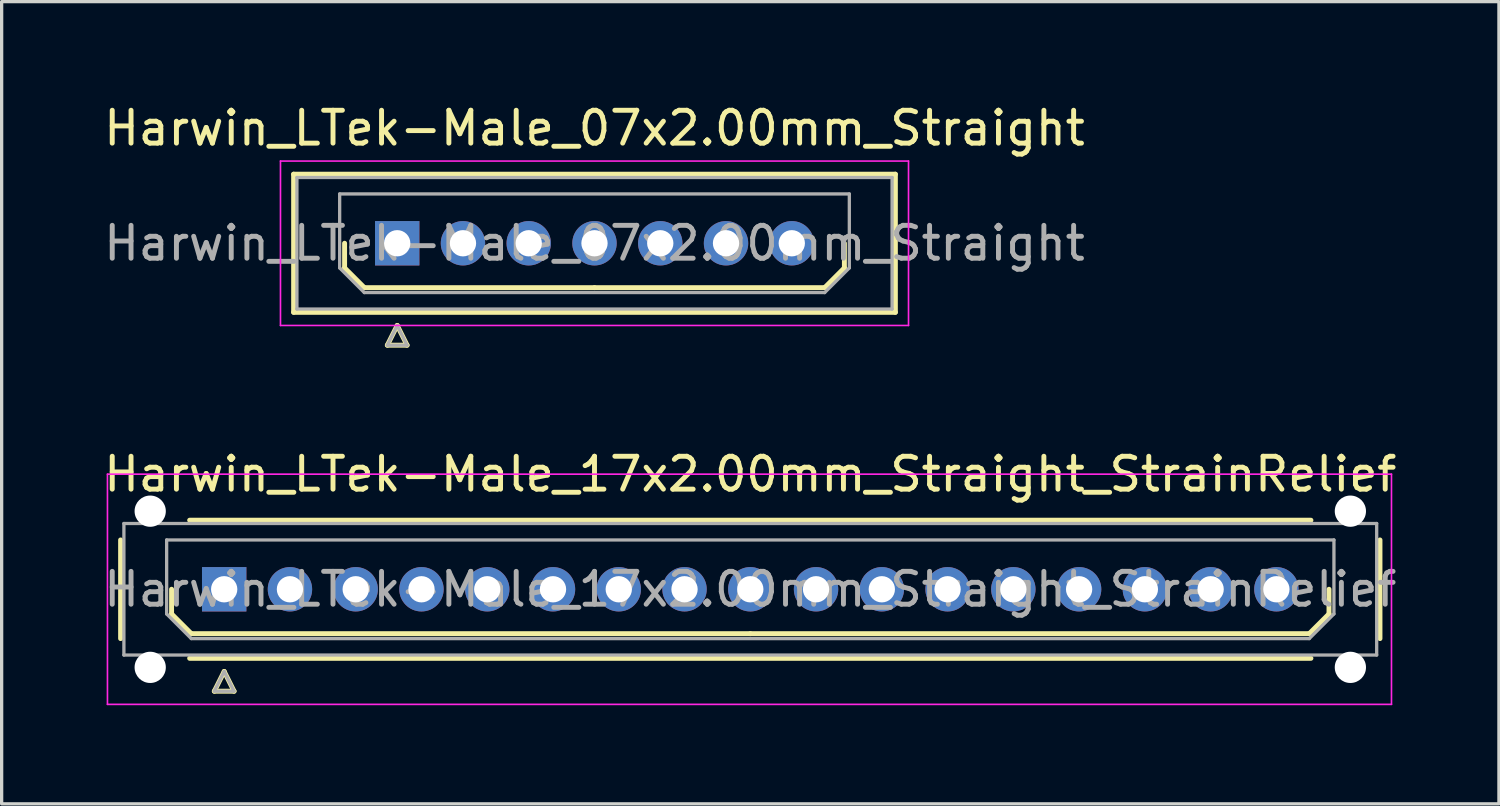
<source format=kicad_pcb>
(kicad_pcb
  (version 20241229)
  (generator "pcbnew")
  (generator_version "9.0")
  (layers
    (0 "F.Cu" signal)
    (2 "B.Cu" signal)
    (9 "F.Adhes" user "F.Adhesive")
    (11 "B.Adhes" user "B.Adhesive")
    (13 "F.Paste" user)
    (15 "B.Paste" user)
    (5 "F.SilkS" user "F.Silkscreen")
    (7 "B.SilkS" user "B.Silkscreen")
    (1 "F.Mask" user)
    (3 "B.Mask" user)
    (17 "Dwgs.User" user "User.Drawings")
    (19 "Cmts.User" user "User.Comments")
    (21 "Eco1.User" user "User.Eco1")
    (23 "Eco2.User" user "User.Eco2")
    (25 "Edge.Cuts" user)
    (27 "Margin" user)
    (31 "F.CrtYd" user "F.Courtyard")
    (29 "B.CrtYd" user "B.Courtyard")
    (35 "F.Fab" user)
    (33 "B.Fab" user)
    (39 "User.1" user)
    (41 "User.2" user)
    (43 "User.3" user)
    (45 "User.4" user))
  (footprint "Harwin_LTek-Male_17x2.00mm_Straight_StrainRelief"
    (layer "F.Cu")
    (at 3.768 14.871)
    (property "Reference" "Harwin_LTek-Male_17x2.00mm_Straight_StrainRelief" (at 16 -3.5 0) (layer "F.SilkS") (effects (font (size 1 1) (thickness 0.15))))
    (attr through_hole)
    (fp_line (start -3.15 -1.5) (end -3.15 1.5) (stroke (width 0.15) (type solid)) (layer "F.SilkS"))
    (fp_line (start -1.6 0) (end -1.6 0.75) (stroke (width 0.15) (type solid)) (layer "F.SilkS"))
    (fp_line (start -1.6 0.75) (end -1 1.35) (stroke (width 0.15) (type solid)) (layer "F.SilkS"))
    (fp_line (start -1.05 -2.1) (end 33.05 -2.1) (stroke (width 0.15) (type solid)) (layer "F.SilkS"))
    (fp_line (start -1.05 2.1) (end 33.05 2.1) (stroke (width 0.15) (type solid)) (layer "F.SilkS"))
    (fp_line (start -1 1.35) (end 16 1.35) (stroke (width 0.15) (type solid)) (layer "F.SilkS"))
    (fp_line (start -0.3 3.1) (end 0.3 3.1) (stroke (width 0.15) (type solid)) (layer "F.SilkS"))
    (fp_line (start 0 2.5) (end -0.3 3.1) (stroke (width 0.15) (type solid)) (layer "F.SilkS"))
    (fp_line (start 0.3 3.1) (end 0 2.5) (stroke (width 0.15) (type solid)) (layer "F.SilkS"))
    (fp_line (start 33 1.35) (end 16 1.35) (stroke (width 0.15) (type solid)) (layer "F.SilkS"))
    (fp_line (start 33.6 0) (end 33.6 0.75) (stroke (width 0.15) (type solid)) (layer "F.SilkS"))
    (fp_line (start 33.6 0.75) (end 33 1.35) (stroke (width 0.15) (type solid)) (layer "F.SilkS"))
    (fp_line (start 35.15 -1.5) (end 35.15 1.5) (stroke (width 0.15) (type solid)) (layer "F.SilkS"))
    (fp_line (start -3.55 -3.5) (end -3.55 3.5) (stroke (width 0.05) (type solid)) (layer "F.CrtYd"))
    (fp_line (start -3.55 3.5) (end 35.5 3.5) (stroke (width 0.05) (type solid)) (layer "F.CrtYd"))
    (fp_line (start 35.5 -3.5) (end -3.55 -3.5) (stroke (width 0.05) (type solid)) (layer "F.CrtYd"))
    (fp_line (start 35.5 3.5) (end 35.5 -3.5) (stroke (width 0.05) (type solid)) (layer "F.CrtYd"))
    (fp_line (start -3.05 -2) (end -3.05 2) (stroke (width 0.1) (type solid)) (layer "F.Fab"))
    (fp_line (start -3.05 2) (end 35.05 2) (stroke (width 0.1) (type solid)) (layer "F.Fab"))
    (fp_line (start -1.75 -1.5) (end 33.75 -1.5) (stroke (width 0.1) (type solid)) (layer "F.Fab"))
    (fp_line (start -1.75 0.75) (end -1.75 -1.5) (stroke (width 0.1) (type solid)) (layer "F.Fab"))
    (fp_line (start -1 1.5) (end -1.75 0.75) (stroke (width 0.1) (type solid)) (layer "F.Fab"))
    (fp_line (start -0.3 3.1) (end 0.3 3.1) (stroke (width 0.1) (type solid)) (layer "F.Fab"))
    (fp_line (start 0 2.5) (end -0.3 3.1) (stroke (width 0.1) (type solid)) (layer "F.Fab"))
    (fp_line (start 0.3 3.1) (end 0 2.5) (stroke (width 0.1) (type solid)) (layer "F.Fab"))
    (fp_line (start 33 1.5) (end -1 1.5) (stroke (width 0.1) (type solid)) (layer "F.Fab"))
    (fp_line (start 33.75 -1.5) (end 33.75 0.75) (stroke (width 0.1) (type solid)) (layer "F.Fab"))
    (fp_line (start 33.75 0.75) (end 33 1.5) (stroke (width 0.1) (type solid)) (layer "F.Fab"))
    (fp_line (start 35.05 -2) (end -3.05 -2) (stroke (width 0.1) (type solid)) (layer "F.Fab"))
    (fp_line (start 35.05 2) (end 35.05 -2) (stroke (width 0.1) (type solid)) (layer "F.Fab"))
    (fp_text user "${REFERENCE}" (at 16 0 0) (layer "F.Fab") (effects (font (size 1 1) (thickness 0.15))))
    (pad "" np_thru_hole circle (at -2.25 -2.375) (size 0.95 0.95) (drill 0.95) (layers "*.Cu" "*.Mask"))
    (pad "" np_thru_hole circle (at -2.25 2.375) (size 0.95 0.95) (drill 0.95) (layers "*.Cu" "*.Mask"))
    (pad "" np_thru_hole circle (at 34.25 -2.375) (size 0.95 0.95) (drill 0.95) (layers "*.Cu" "*.Mask"))
    (pad "" np_thru_hole circle (at 34.25 2.375) (size 0.95 0.95) (drill 0.95) (layers "*.Cu" "*.Mask"))
    (pad "1" thru_hole rect (at 0 0) (size 1.35 1.35) (drill 0.8) (layers "*.Cu" "*.Mask"))
    (pad "2" thru_hole circle (at 2 0) (size 1.35 1.35) (drill 0.8) (layers "*.Cu" "*.Mask"))
    (pad "3" thru_hole circle (at 4 0) (size 1.35 1.35) (drill 0.8) (layers "*.Cu" "*.Mask"))
    (pad "4" thru_hole circle (at 6 0) (size 1.35 1.35) (drill 0.8) (layers "*.Cu" "*.Mask"))
    (pad "5" thru_hole circle (at 8 0) (size 1.35 1.35) (drill 0.8) (layers "*.Cu" "*.Mask"))
    (pad "6" thru_hole circle (at 10 0) (size 1.35 1.35) (drill 0.8) (layers "*.Cu" "*.Mask"))
    (pad "7" thru_hole circle (at 12 0) (size 1.35 1.35) (drill 0.8) (layers "*.Cu" "*.Mask"))
    (pad "8" thru_hole circle (at 14 0) (size 1.35 1.35) (drill 0.8) (layers "*.Cu" "*.Mask"))
    (pad "9" thru_hole circle (at 16 0) (size 1.35 1.35) (drill 0.8) (layers "*.Cu" "*.Mask"))
    (pad "10" thru_hole circle (at 18 0) (size 1.35 1.35) (drill 0.8) (layers "*.Cu" "*.Mask"))
    (pad "11" thru_hole circle (at 20 0) (size 1.35 1.35) (drill 0.8) (layers "*.Cu" "*.Mask"))
    (pad "12" thru_hole circle (at 22 0) (size 1.35 1.35) (drill 0.8) (layers "*.Cu" "*.Mask"))
    (pad "13" thru_hole circle (at 24 0) (size 1.35 1.35) (drill 0.8) (layers "*.Cu" "*.Mask"))
    (pad "14" thru_hole circle (at 26 0) (size 1.35 1.35) (drill 0.8) (layers "*.Cu" "*.Mask"))
    (pad "15" thru_hole circle (at 28 0) (size 1.35 1.35) (drill 0.8) (layers "*.Cu" "*.Mask"))
    (pad "16" thru_hole circle (at 30 0) (size 1.35 1.35) (drill 0.8) (layers "*.Cu" "*.Mask"))
    (pad "17" thru_hole circle (at 32 0) (size 1.35 1.35) (drill 0.8) (layers "*.Cu" "*.Mask")))
  (footprint "Harwin_LTek-Male_07x2.00mm_Straight"
    (layer "F.Cu")
    (at 9.03 4.348)
    (property "Reference" "Harwin_LTek-Male_07x2.00mm_Straight" (at 6 -3.5 0) (layer "F.SilkS") (effects (font (size 1 1) (thickness 0.15))))
    (attr through_hole)
    (fp_line (start -3.15 -2.1) (end -3.15 2.1) (stroke (width 0.15) (type solid)) (layer "F.SilkS"))
    (fp_line (start -3.15 2.1) (end 15.15 2.1) (stroke (width 0.15) (type solid)) (layer "F.SilkS"))
    (fp_line (start -1.6 0) (end -1.6 0.75) (stroke (width 0.15) (type solid)) (layer "F.SilkS"))
    (fp_line (start -1.6 0.75) (end -1 1.35) (stroke (width 0.15) (type solid)) (layer "F.SilkS"))
    (fp_line (start -1 1.35) (end 6 1.35) (stroke (width 0.15) (type solid)) (layer "F.SilkS"))
    (fp_line (start -0.3 3.1) (end 0.3 3.1) (stroke (width 0.15) (type solid)) (layer "F.SilkS"))
    (fp_line (start 0 2.5) (end -0.3 3.1) (stroke (width 0.15) (type solid)) (layer "F.SilkS"))
    (fp_line (start 0.3 3.1) (end 0 2.5) (stroke (width 0.15) (type solid)) (layer "F.SilkS"))
    (fp_line (start 13 1.35) (end 6 1.35) (stroke (width 0.15) (type solid)) (layer "F.SilkS"))
    (fp_line (start 13.6 0) (end 13.6 0.75) (stroke (width 0.15) (type solid)) (layer "F.SilkS"))
    (fp_line (start 13.6 0.75) (end 13 1.35) (stroke (width 0.15) (type solid)) (layer "F.SilkS"))
    (fp_line (start 15.15 -2.1) (end -3.15 -2.1) (stroke (width 0.15) (type solid)) (layer "F.SilkS"))
    (fp_line (start 15.15 2.1) (end 15.15 -2.1) (stroke (width 0.15) (type solid)) (layer "F.SilkS"))
    (fp_line (start -3.55 -2.5) (end -3.55 2.5) (stroke (width 0.05) (type solid)) (layer "F.CrtYd"))
    (fp_line (start -3.55 2.5) (end 15.55 2.5) (stroke (width 0.05) (type solid)) (layer "F.CrtYd"))
    (fp_line (start 15.55 -2.5) (end -3.55 -2.5) (stroke (width 0.05) (type solid)) (layer "F.CrtYd"))
    (fp_line (start 15.55 2.5) (end 15.55 -2.5) (stroke (width 0.05) (type solid)) (layer "F.CrtYd"))
    (fp_line (start -3.05 -2) (end -3.05 2) (stroke (width 0.1) (type solid)) (layer "F.Fab"))
    (fp_line (start -3.05 2) (end 15.05 2) (stroke (width 0.1) (type solid)) (layer "F.Fab"))
    (fp_line (start -1.75 -1.5) (end 13.75 -1.5) (stroke (width 0.1) (type solid)) (layer "F.Fab"))
    (fp_line (start -1.75 0.75) (end -1.75 -1.5) (stroke (width 0.1) (type solid)) (layer "F.Fab"))
    (fp_line (start -1 1.5) (end -1.75 0.75) (stroke (width 0.1) (type solid)) (layer "F.Fab"))
    (fp_line (start -0.3 3.1) (end 0.3 3.1) (stroke (width 0.1) (type solid)) (layer "F.Fab"))
    (fp_line (start 0 2.5) (end -0.3 3.1) (stroke (width 0.1) (type solid)) (layer "F.Fab"))
    (fp_line (start 0.3 3.1) (end 0 2.5) (stroke (width 0.1) (type solid)) (layer "F.Fab"))
    (fp_line (start 13 1.5) (end -1 1.5) (stroke (width 0.1) (type solid)) (layer "F.Fab"))
    (fp_line (start 13.75 -1.5) (end 13.75 0.75) (stroke (width 0.1) (type solid)) (layer "F.Fab"))
    (fp_line (start 13.75 0.75) (end 13 1.5) (stroke (width 0.1) (type solid)) (layer "F.Fab"))
    (fp_line (start 15.05 -2) (end -3.05 -2) (stroke (width 0.1) (type solid)) (layer "F.Fab"))
    (fp_line (start 15.05 2) (end 15.05 -2) (stroke (width 0.1) (type solid)) (layer "F.Fab"))
    (fp_text user "${REFERENCE}" (at 6 0 0) (layer "F.Fab") (effects (font (size 1 1) (thickness 0.15))))
    (pad "1" thru_hole rect (at 0 0) (size 1.35 1.35) (drill 0.8) (layers "*.Cu" "*.Mask"))
    (pad "2" thru_hole circle (at 2 0) (size 1.35 1.35) (drill 0.8) (layers "*.Cu" "*.Mask"))
    (pad "3" thru_hole circle (at 4 0) (size 1.35 1.35) (drill 0.8) (layers "*.Cu" "*.Mask"))
    (pad "4" thru_hole circle (at 6 0) (size 1.35 1.35) (drill 0.8) (layers "*.Cu" "*.Mask"))
    (pad "5" thru_hole circle (at 8 0) (size 1.35 1.35) (drill 0.8) (layers "*.Cu" "*.Mask"))
    (pad "6" thru_hole circle (at 10 0) (size 1.35 1.35) (drill 0.8) (layers "*.Cu" "*.Mask"))
    (pad "7" thru_hole circle (at 12 0) (size 1.35 1.35) (drill 0.8) (layers "*.Cu" "*.Mask")))
  (gr_rect
    (start -3 -3)
    (end 42.536 21.396)
    (stroke (width 0.1) (type default))
    (fill no)
    (layer "Edge.Cuts")))
</source>
